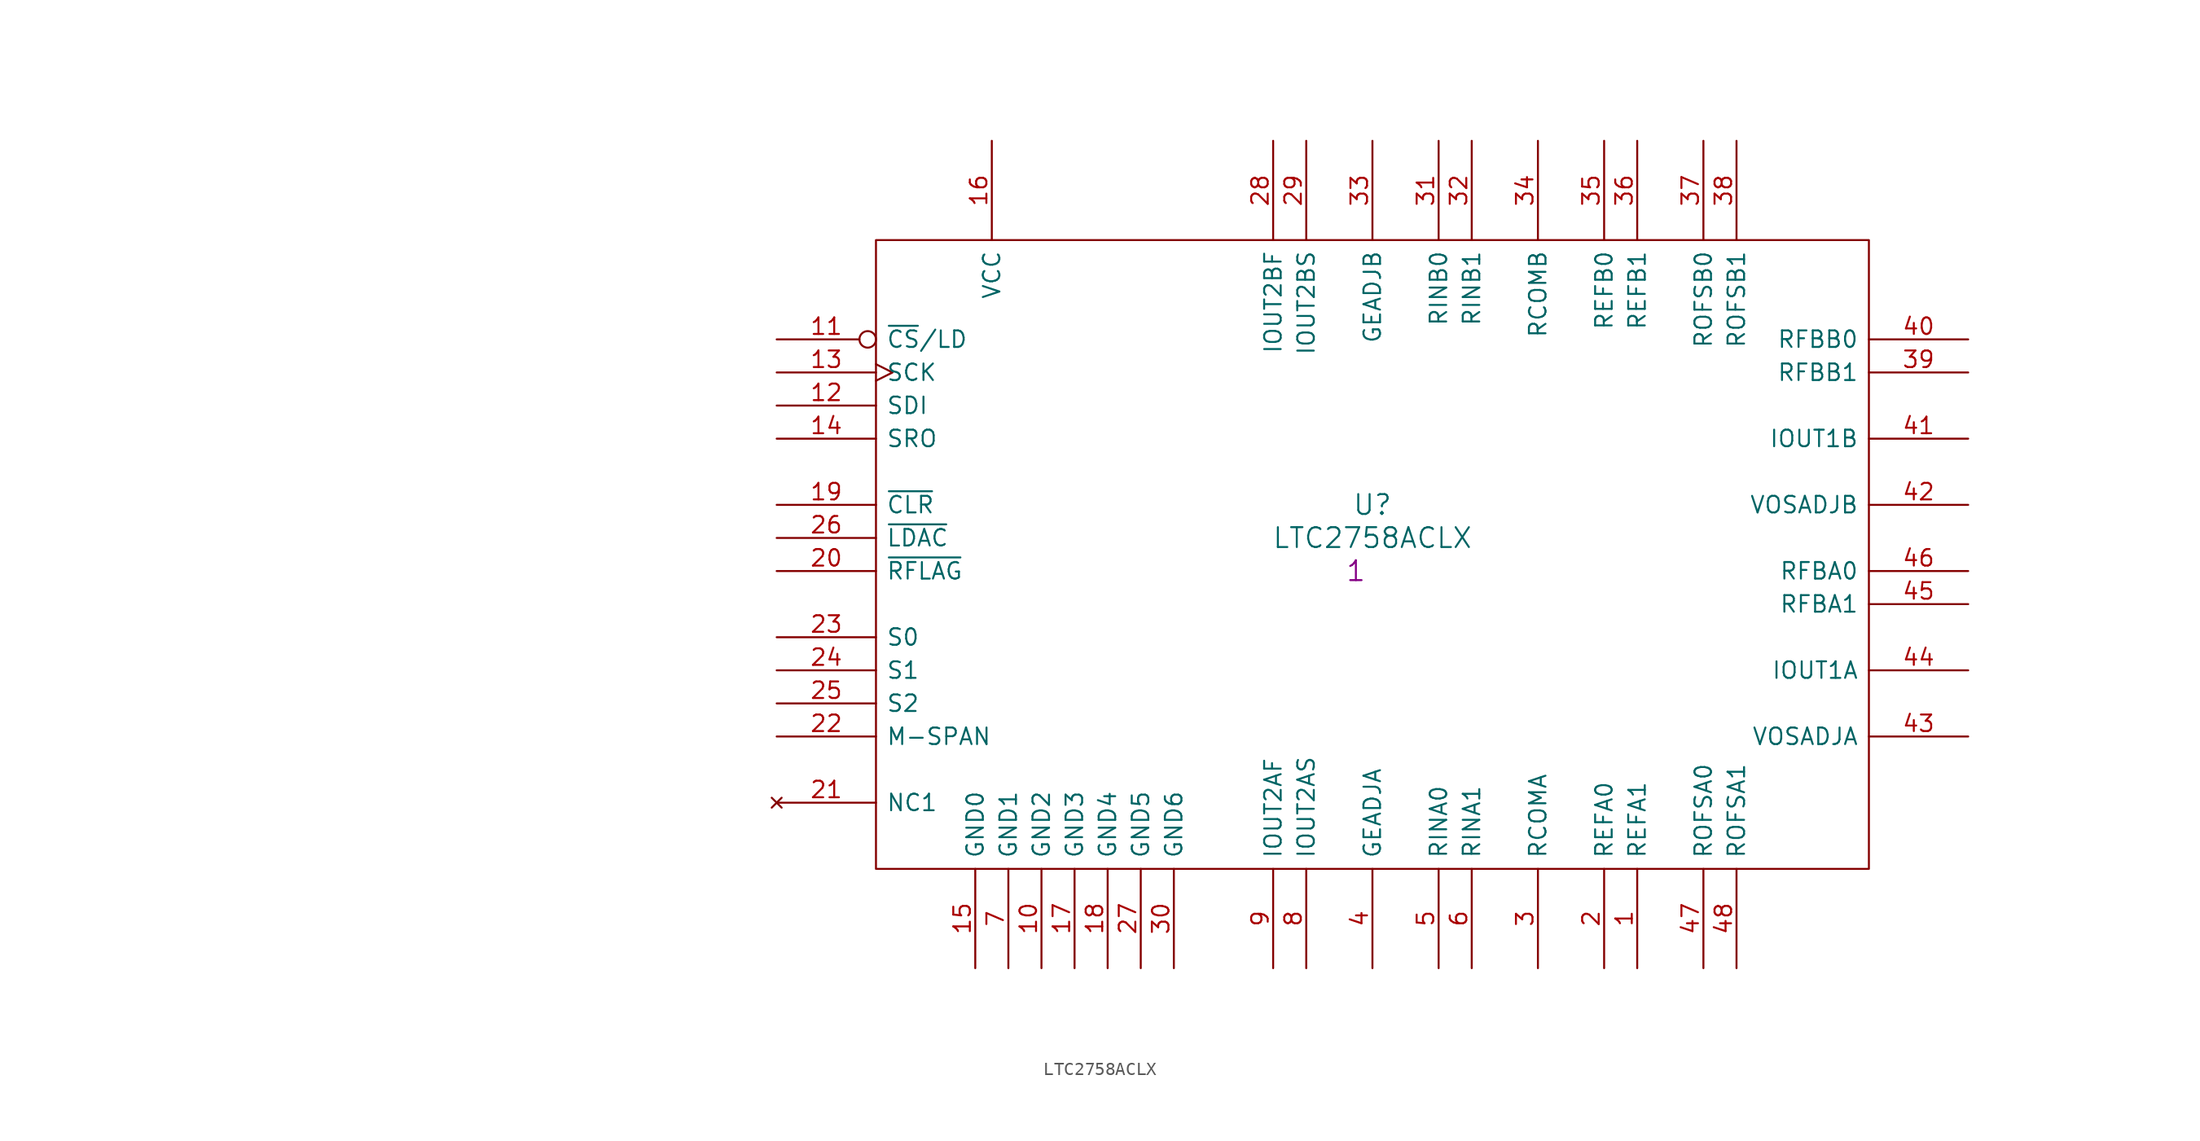
<source format=kicad_sym>
(kicad_symbol_lib
  (version 20201005)
  (generator kicad_symbol_editor)
  (symbol "S_DAC:LTC2758ACLX"
    (pin_names
      (offset 0.762))
    (property "Reference" "U"
      (at 45.72 -12.7 0)
      (effects (font (size 1.524 1.524))))
    (property "Value" "LTC2758ACLX"
      (at 45.72 -15.24 0)
      (effects (font (size 1.524 1.524))))
    (property "Datasheet" ""
      (at -41.91 -1.27 0)
      (effects (font (size 1.524 1.524))))
    (property "Qty" "1"
      (at 44.45 -17.78 0)
      (effects (font (size 1.524 1.524))))
    (symbol "LTC2758ACLX_0_1"
      (rectangle (start 7.62 7.62) (end 83.82 -40.64) (stroke (width 0)) (fill (type none))))
    (symbol "LTC2758ACLX_1_1"
      (pin input line (at 66.04 -48.26 90) (length 7.62) (name "REFA1" (effects (font (size 1.27 1.27)))) (number "1" (effects (font (size 1.27 1.27)))))
      (pin input line (at 63.5 -48.26 90) (length 7.62) (name "REFA0" (effects (font (size 1.27 1.27)))) (number "2" (effects (font (size 1.27 1.27)))))
      (pin input line (at 58.42 -48.26 90) (length 7.62) (name "RCOMA" (effects (font (size 1.27 1.27)))) (number "3" (effects (font (size 1.27 1.27)))))
      (pin input line (at 45.72 -48.26 90) (length 7.62) (name "GEADJA" (effects (font (size 1.27 1.27)))) (number "4" (effects (font (size 1.27 1.27)))))
      (pin input line (at 50.8 -48.26 90) (length 7.62) (name "RINA0" (effects (font (size 1.27 1.27)))) (number "5" (effects (font (size 1.27 1.27)))))
      (pin input line (at 53.34 -48.26 90) (length 7.62) (name "RINA1" (effects (font (size 1.27 1.27)))) (number "6" (effects (font (size 1.27 1.27)))))
      (pin power_in line (at 17.78 -48.26 90) (length 7.62) (name "GND1" (effects (font (size 1.27 1.27)))) (number "7" (effects (font (size 1.27 1.27)))))
      (pin input line (at 40.64 -48.26 90) (length 7.62) (name "IOUT2AS" (effects (font (size 1.27 1.27)))) (number "8" (effects (font (size 1.27 1.27)))))
      (pin input line (at 38.1 -48.26 90) (length 7.62) (name "IOUT2AF" (effects (font (size 1.27 1.27)))) (number "9" (effects (font (size 1.27 1.27)))))
      (pin power_in line (at 20.32 -48.26 90) (length 7.62) (name "GND2" (effects (font (size 1.27 1.27)))) (number "10" (effects (font (size 1.27 1.27)))))
      (pin input line (at 0 -17.78 0) (length 7.62) (name "~RFLAG" (effects (font (size 1.27 1.27)))) (number "20" (effects (font (size 1.27 1.27)))))
      (pin power_in line (at 30.48 -48.26 90) (length 7.62) (name "GND6" (effects (font (size 1.27 1.27)))) (number "30" (effects (font (size 1.27 1.27)))))
      (pin input line (at 91.44 0 180) (length 7.62) (name "RFBB0" (effects (font (size 1.27 1.27)))) (number "40" (effects (font (size 1.27 1.27)))))
      (pin input inverted (at 0 0 0) (length 7.62) (name "~CS~/LD" (effects (font (size 1.27 1.27)))) (number "11" (effects (font (size 1.27 1.27)))))
      (pin no_connect line (at 0 -35.56 0) (length 7.62) (name "NC1" (effects (font (size 1.27 1.27)))) (number "21" (effects (font (size 1.27 1.27)))))
      (pin input line (at 50.8 15.24 270) (length 7.62) (name "RINB0" (effects (font (size 1.27 1.27)))) (number "31" (effects (font (size 1.27 1.27)))))
      (pin output line (at 91.44 -7.62 180) (length 7.62) (name "IOUT1B" (effects (font (size 1.27 1.27)))) (number "41" (effects (font (size 1.27 1.27)))))
      (pin input line (at 0 -5.08 0) (length 7.62) (name "SDI" (effects (font (size 1.27 1.27)))) (number "12" (effects (font (size 1.27 1.27)))))
      (pin input line (at 0 -30.48 0) (length 7.62) (name "M-SPAN" (effects (font (size 1.27 1.27)))) (number "22" (effects (font (size 1.27 1.27)))))
      (pin input line (at 53.34 15.24 270) (length 7.62) (name "RINB1" (effects (font (size 1.27 1.27)))) (number "32" (effects (font (size 1.27 1.27)))))
      (pin input line (at 91.44 -12.7 180) (length 7.62) (name "VOSADJB" (effects (font (size 1.27 1.27)))) (number "42" (effects (font (size 1.27 1.27)))))
      (pin input clock (at 0 -2.54 0) (length 7.62) (name "SCK" (effects (font (size 1.27 1.27)))) (number "13" (effects (font (size 1.27 1.27)))))
      (pin input line (at 0 -22.86 0) (length 7.62) (name "S0" (effects (font (size 1.27 1.27)))) (number "23" (effects (font (size 1.27 1.27)))))
      (pin input line (at 45.72 15.24 270) (length 7.62) (name "GEADJB" (effects (font (size 1.27 1.27)))) (number "33" (effects (font (size 1.27 1.27)))))
      (pin input line (at 91.44 -30.48 180) (length 7.62) (name "VOSADJA" (effects (font (size 1.27 1.27)))) (number "43" (effects (font (size 1.27 1.27)))))
      (pin output line (at 0 -7.62 0) (length 7.62) (name "SRO" (effects (font (size 1.27 1.27)))) (number "14" (effects (font (size 1.27 1.27)))))
      (pin input line (at 0 -25.4 0) (length 7.62) (name "S1" (effects (font (size 1.27 1.27)))) (number "24" (effects (font (size 1.27 1.27)))))
      (pin input line (at 58.42 15.24 270) (length 7.62) (name "RCOMB" (effects (font (size 1.27 1.27)))) (number "34" (effects (font (size 1.27 1.27)))))
      (pin output line (at 91.44 -25.4 180) (length 7.62) (name "IOUT1A" (effects (font (size 1.27 1.27)))) (number "44" (effects (font (size 1.27 1.27)))))
      (pin power_in line (at 15.24 -48.26 90) (length 7.62) (name "GND0" (effects (font (size 1.27 1.27)))) (number "15" (effects (font (size 1.27 1.27)))))
      (pin input line (at 0 -27.94 0) (length 7.62) (name "S2" (effects (font (size 1.27 1.27)))) (number "25" (effects (font (size 1.27 1.27)))))
      (pin input line (at 63.5 15.24 270) (length 7.62) (name "REFB0" (effects (font (size 1.27 1.27)))) (number "35" (effects (font (size 1.27 1.27)))))
      (pin input line (at 91.44 -20.32 180) (length 7.62) (name "RFBA1" (effects (font (size 1.27 1.27)))) (number "45" (effects (font (size 1.27 1.27)))))
      (pin power_in line (at 16.51 15.24 270) (length 7.62) (name "VCC" (effects (font (size 1.27 1.27)))) (number "16" (effects (font (size 1.27 1.27)))))
      (pin input line (at 0 -15.24 0) (length 7.62) (name "~LDAC" (effects (font (size 1.27 1.27)))) (number "26" (effects (font (size 1.27 1.27)))))
      (pin input line (at 66.04 15.24 270) (length 7.62) (name "REFB1" (effects (font (size 1.27 1.27)))) (number "36" (effects (font (size 1.27 1.27)))))
      (pin input line (at 91.44 -17.78 180) (length 7.62) (name "RFBA0" (effects (font (size 1.27 1.27)))) (number "46" (effects (font (size 1.27 1.27)))))
      (pin power_in line (at 22.86 -48.26 90) (length 7.62) (name "GND3" (effects (font (size 1.27 1.27)))) (number "17" (effects (font (size 1.27 1.27)))))
      (pin power_in line (at 27.94 -48.26 90) (length 7.62) (name "GND5" (effects (font (size 1.27 1.27)))) (number "27" (effects (font (size 1.27 1.27)))))
      (pin input line (at 71.12 15.24 270) (length 7.62) (name "ROFSB0" (effects (font (size 1.27 1.27)))) (number "37" (effects (font (size 1.27 1.27)))))
      (pin input line (at 71.12 -48.26 90) (length 7.62) (name "ROFSA0" (effects (font (size 1.27 1.27)))) (number "47" (effects (font (size 1.27 1.27)))))
      (pin power_in line (at 25.4 -48.26 90) (length 7.62) (name "GND4" (effects (font (size 1.27 1.27)))) (number "18" (effects (font (size 1.27 1.27)))))
      (pin input line (at 38.1 15.24 270) (length 7.62) (name "IOUT2BF" (effects (font (size 1.27 1.27)))) (number "28" (effects (font (size 1.27 1.27)))))
      (pin input line (at 73.66 15.24 270) (length 7.62) (name "ROFSB1" (effects (font (size 1.27 1.27)))) (number "38" (effects (font (size 1.27 1.27)))))
      (pin input line (at 73.66 -48.26 90) (length 7.62) (name "ROFSA1" (effects (font (size 1.27 1.27)))) (number "48" (effects (font (size 1.27 1.27)))))
      (pin input line (at 0 -12.7 0) (length 7.62) (name "~CLR" (effects (font (size 1.27 1.27)))) (number "19" (effects (font (size 1.27 1.27)))))
      (pin input line (at 40.64 15.24 270) (length 7.62) (name "IOUT2BS" (effects (font (size 1.27 1.27)))) (number "29" (effects (font (size 1.27 1.27)))))
      (pin input line (at 91.44 -2.54 180) (length 7.62) (name "RFBB1" (effects (font (size 1.27 1.27)))) (number "39" (effects (font (size 1.27 1.27))))))))
</source>
